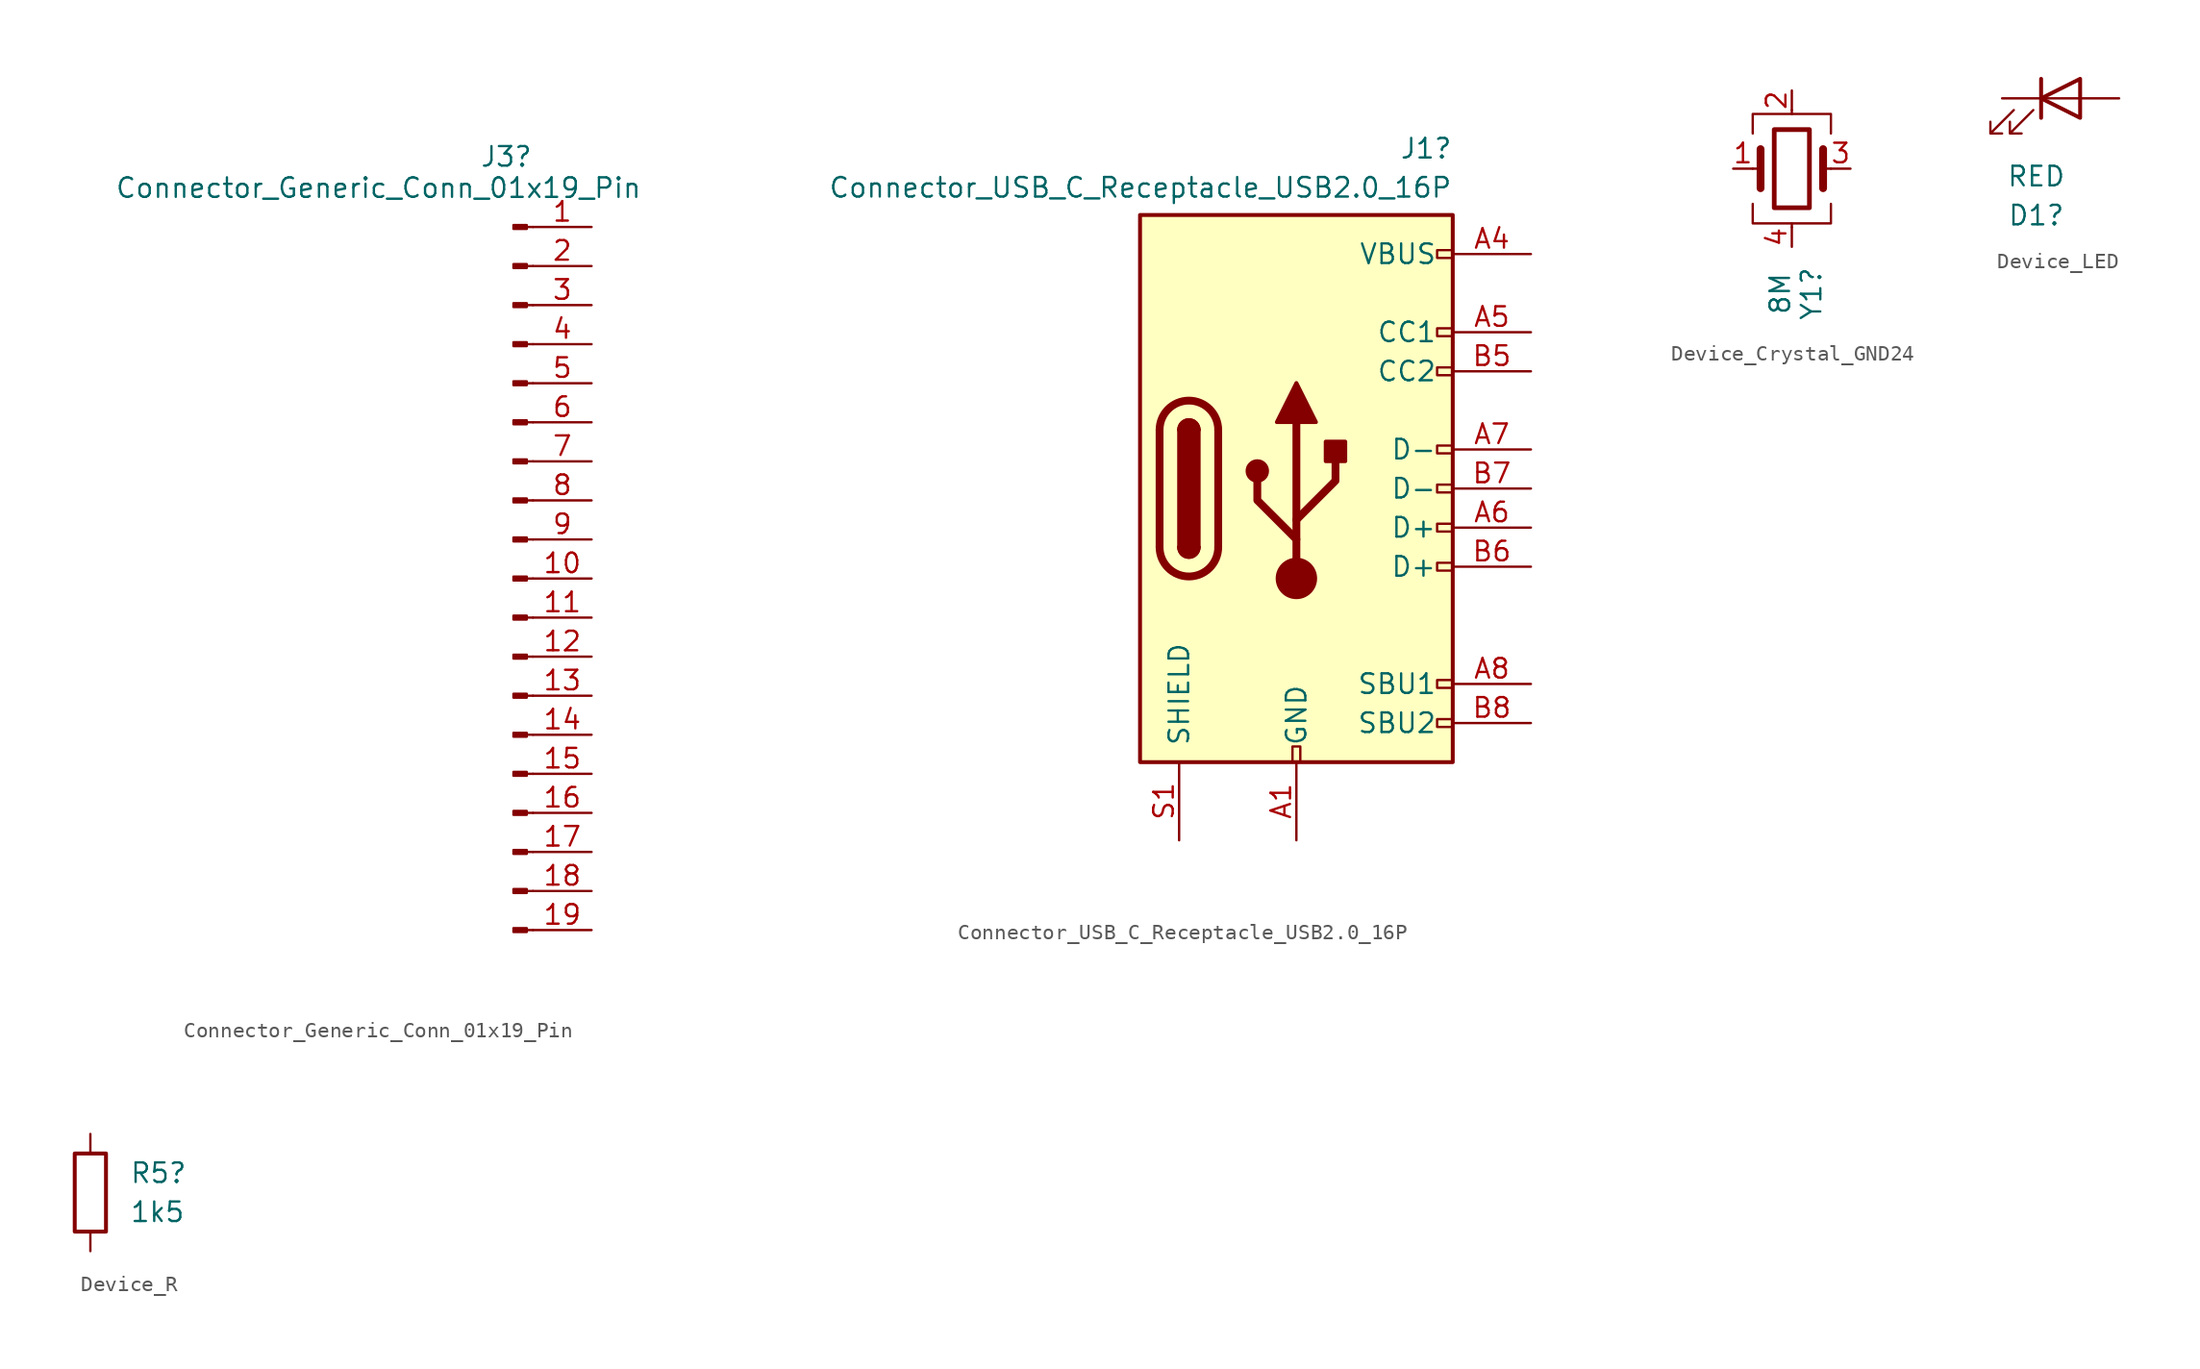
<source format=kicad_sym>
(kicad_symbol_lib
  (version 20241209)
  (generator "kicad_symbol_editor")
  (generator_version "9.0")
  (symbol "Connector_Generic_Conn_01x19_Pin"
    (pin_names
      (offset 1.016)
      (hide yes))
    (property "Reference" "J3"
      (at 1.27 27.432 0)
      (effects (font (size 1.27 1.27)) (justify right)))
    (property "Value" "Connector_Generic_Conn_01x19_Pin"
      (at 8.382 25.4 0)
      (effects (font (size 1.27 1.27)) (justify right)))
    (property "ki_locked" ""
      (at 0 0 0)
      (effects (font (size 1.27 1.27))))
    (symbol "Connector_Generic_Conn_01x19_Pin_1_1"
      (rectangle (start 0.864 22.987) (end 0 22.733) (stroke (width 0.152) (type default)) (fill (type outline)))
      (rectangle (start 0.864 20.447) (end 0 20.193) (stroke (width 0.152) (type default)) (fill (type outline)))
      (rectangle (start 0.864 17.907) (end 0 17.653) (stroke (width 0.152) (type default)) (fill (type outline)))
      (rectangle (start 0.864 15.367) (end 0 15.113) (stroke (width 0.152) (type default)) (fill (type outline)))
      (rectangle (start 0.864 12.827) (end 0 12.573) (stroke (width 0.152) (type default)) (fill (type outline)))
      (rectangle (start 0.864 10.287) (end 0 10.033) (stroke (width 0.152) (type default)) (fill (type outline)))
      (rectangle (start 0.864 7.747) (end 0 7.493) (stroke (width 0.152) (type default)) (fill (type outline)))
      (rectangle (start 0.864 5.207) (end 0 4.953) (stroke (width 0.152) (type default)) (fill (type outline)))
      (rectangle (start 0.864 2.667) (end 0 2.413) (stroke (width 0.152) (type default)) (fill (type outline)))
      (rectangle (start 0.864 0.127) (end 0 -0.127) (stroke (width 0.152) (type default)) (fill (type outline)))
      (rectangle (start 0.864 -2.413) (end 0 -2.667) (stroke (width 0.152) (type default)) (fill (type outline)))
      (rectangle (start 0.864 -4.953) (end 0 -5.207) (stroke (width 0.152) (type default)) (fill (type outline)))
      (rectangle (start 0.864 -7.493) (end 0 -7.747) (stroke (width 0.152) (type default)) (fill (type outline)))
      (rectangle (start 0.864 -10.033) (end 0 -10.287) (stroke (width 0.152) (type default)) (fill (type outline)))
      (rectangle (start 0.864 -12.573) (end 0 -12.827) (stroke (width 0.152) (type default)) (fill (type outline)))
      (rectangle (start 0.864 -15.113) (end 0 -15.367) (stroke (width 0.152) (type default)) (fill (type outline)))
      (rectangle (start 0.864 -17.653) (end 0 -17.907) (stroke (width 0.152) (type default)) (fill (type outline)))
      (rectangle (start 0.864 -20.193) (end 0 -20.447) (stroke (width 0.152) (type default)) (fill (type outline)))
      (rectangle (start 0.864 -22.733) (end 0 -22.987) (stroke (width 0.152) (type default)) (fill (type outline)))
      (polyline (pts (xy 1.27 22.86) (xy 0.864 22.86)) (stroke (width 0.152) (type default)) (fill (type none)))
      (polyline (pts (xy 1.27 20.32) (xy 0.864 20.32)) (stroke (width 0.152) (type default)) (fill (type none)))
      (polyline (pts (xy 1.27 17.78) (xy 0.864 17.78)) (stroke (width 0.152) (type default)) (fill (type none)))
      (polyline (pts (xy 1.27 15.24) (xy 0.864 15.24)) (stroke (width 0.152) (type default)) (fill (type none)))
      (polyline (pts (xy 1.27 12.7) (xy 0.864 12.7)) (stroke (width 0.152) (type default)) (fill (type none)))
      (polyline (pts (xy 1.27 10.16) (xy 0.864 10.16)) (stroke (width 0.152) (type default)) (fill (type none)))
      (polyline (pts (xy 1.27 7.62) (xy 0.864 7.62)) (stroke (width 0.152) (type default)) (fill (type none)))
      (polyline (pts (xy 1.27 5.08) (xy 0.864 5.08)) (stroke (width 0.152) (type default)) (fill (type none)))
      (polyline (pts (xy 1.27 2.54) (xy 0.864 2.54)) (stroke (width 0.152) (type default)) (fill (type none)))
      (polyline (pts (xy 1.27 0) (xy 0.864 0)) (stroke (width 0.152) (type default)) (fill (type none)))
      (polyline (pts (xy 1.27 -2.54) (xy 0.864 -2.54)) (stroke (width 0.152) (type default)) (fill (type none)))
      (polyline (pts (xy 1.27 -5.08) (xy 0.864 -5.08)) (stroke (width 0.152) (type default)) (fill (type none)))
      (polyline (pts (xy 1.27 -7.62) (xy 0.864 -7.62)) (stroke (width 0.152) (type default)) (fill (type none)))
      (polyline (pts (xy 1.27 -10.16) (xy 0.864 -10.16)) (stroke (width 0.152) (type default)) (fill (type none)))
      (polyline (pts (xy 1.27 -12.7) (xy 0.864 -12.7)) (stroke (width 0.152) (type default)) (fill (type none)))
      (polyline (pts (xy 1.27 -15.24) (xy 0.864 -15.24)) (stroke (width 0.152) (type default)) (fill (type none)))
      (polyline (pts (xy 1.27 -17.78) (xy 0.864 -17.78)) (stroke (width 0.152) (type default)) (fill (type none)))
      (polyline (pts (xy 1.27 -20.32) (xy 0.864 -20.32)) (stroke (width 0.152) (type default)) (fill (type none)))
      (polyline (pts (xy 1.27 -22.86) (xy 0.864 -22.86)) (stroke (width 0.152) (type default)) (fill (type none)))
      (pin passive line (at 5.08 22.86 180) (length 3.81) (name "Pin_1" (effects (font (size 1.27 1.27)))) (number "1" (effects (font (size 1.27 1.27)))))
      (pin passive line (at 5.08 20.32 180) (length 3.81) (name "Pin_2" (effects (font (size 1.27 1.27)))) (number "2" (effects (font (size 1.27 1.27)))))
      (pin passive line (at 5.08 17.78 180) (length 3.81) (name "Pin_3" (effects (font (size 1.27 1.27)))) (number "3" (effects (font (size 1.27 1.27)))))
      (pin passive line (at 5.08 15.24 180) (length 3.81) (name "Pin_4" (effects (font (size 1.27 1.27)))) (number "4" (effects (font (size 1.27 1.27)))))
      (pin passive line (at 5.08 12.7 180) (length 3.81) (name "Pin_5" (effects (font (size 1.27 1.27)))) (number "5" (effects (font (size 1.27 1.27)))))
      (pin passive line (at 5.08 10.16 180) (length 3.81) (name "Pin_6" (effects (font (size 1.27 1.27)))) (number "6" (effects (font (size 1.27 1.27)))))
      (pin passive line (at 5.08 7.62 180) (length 3.81) (name "Pin_7" (effects (font (size 1.27 1.27)))) (number "7" (effects (font (size 1.27 1.27)))))
      (pin passive line (at 5.08 5.08 180) (length 3.81) (name "Pin_8" (effects (font (size 1.27 1.27)))) (number "8" (effects (font (size 1.27 1.27)))))
      (pin passive line (at 5.08 2.54 180) (length 3.81) (name "Pin_9" (effects (font (size 1.27 1.27)))) (number "9" (effects (font (size 1.27 1.27)))))
      (pin passive line (at 5.08 0 180) (length 3.81) (name "Pin_10" (effects (font (size 1.27 1.27)))) (number "10" (effects (font (size 1.27 1.27)))))
      (pin passive line (at 5.08 -2.54 180) (length 3.81) (name "Pin_11" (effects (font (size 1.27 1.27)))) (number "11" (effects (font (size 1.27 1.27)))))
      (pin passive line (at 5.08 -5.08 180) (length 3.81) (name "Pin_12" (effects (font (size 1.27 1.27)))) (number "12" (effects (font (size 1.27 1.27)))))
      (pin passive line (at 5.08 -7.62 180) (length 3.81) (name "Pin_13" (effects (font (size 1.27 1.27)))) (number "13" (effects (font (size 1.27 1.27)))))
      (pin passive line (at 5.08 -10.16 180) (length 3.81) (name "Pin_14" (effects (font (size 1.27 1.27)))) (number "14" (effects (font (size 1.27 1.27)))))
      (pin passive line (at 5.08 -12.7 180) (length 3.81) (name "Pin_15" (effects (font (size 1.27 1.27)))) (number "15" (effects (font (size 1.27 1.27)))))
      (pin passive line (at 5.08 -15.24 180) (length 3.81) (name "Pin_16" (effects (font (size 1.27 1.27)))) (number "16" (effects (font (size 1.27 1.27)))))
      (pin passive line (at 5.08 -17.78 180) (length 3.81) (name "Pin_17" (effects (font (size 1.27 1.27)))) (number "17" (effects (font (size 1.27 1.27)))))
      (pin passive line (at 5.08 -20.32 180) (length 3.81) (name "Pin_18" (effects (font (size 1.27 1.27)))) (number "18" (effects (font (size 1.27 1.27)))))
      (pin passive line (at 5.08 -22.86 180) (length 3.81) (name "Pin_19" (effects (font (size 1.27 1.27)))) (number "19" (effects (font (size 1.27 1.27)))))))
  (symbol "Connector_USB_C_Receptacle_USB2.0_16P"
    (pin_names
      (offset 1.016))
    (property "Reference" "J1"
      (at 10.16 22.098 0)
      (effects (font (size 1.27 1.27)) (justify right)))
    (property "Value" "Connector_USB_C_Receptacle_USB2.0_16P"
      (at 10.16 19.558 0)
      (effects (font (size 1.27 1.27)) (justify right)))
    (symbol "Connector_USB_C_Receptacle_USB2.0_16P_0_0"
      (rectangle (start -0.254 -17.78) (end 0.254 -16.764) (stroke (width 0) (type default)) (fill (type none)))
      (rectangle (start 10.16 15.494) (end 9.144 14.986) (stroke (width 0) (type default)) (fill (type none)))
      (rectangle (start 10.16 10.414) (end 9.144 9.906) (stroke (width 0) (type default)) (fill (type none)))
      (rectangle (start 10.16 7.874) (end 9.144 7.366) (stroke (width 0) (type default)) (fill (type none)))
      (rectangle (start 10.16 2.794) (end 9.144 2.286) (stroke (width 0) (type default)) (fill (type none)))
      (rectangle (start 10.16 0.254) (end 9.144 -0.254) (stroke (width 0) (type default)) (fill (type none)))
      (rectangle (start 10.16 -2.286) (end 9.144 -2.794) (stroke (width 0) (type default)) (fill (type none)))
      (rectangle (start 10.16 -4.826) (end 9.144 -5.334) (stroke (width 0) (type default)) (fill (type none)))
      (rectangle (start 10.16 -12.446) (end 9.144 -12.954) (stroke (width 0) (type default)) (fill (type none)))
      (rectangle (start 10.16 -14.986) (end 9.144 -15.494) (stroke (width 0) (type default)) (fill (type none))))
    (symbol "Connector_USB_C_Receptacle_USB2.0_16P_0_1"
      (rectangle (start -10.16 17.78) (end 10.16 -17.78) (stroke (width 0.254) (type default)) (fill (type background)))
      (polyline (pts (xy -8.89 -3.81) (xy -8.89 3.81)) (stroke (width 0.508) (type default)) (fill (type none)))
      (rectangle (start -7.62 -3.81) (end -6.35 3.81) (stroke (width 0.254) (type default)) (fill (type outline)))
      (arc (start -7.62 3.81) (mid -6.985 4.4423) (end -6.35 3.81) (stroke (width 0.254) (type default)) (fill (type none)))
      (arc (start -7.62 3.81) (mid -6.985 4.4423) (end -6.35 3.81) (stroke (width 0.254) (type default)) (fill (type outline)))
      (arc (start -8.89 3.81) (mid -6.985 5.7067) (end -5.08 3.81) (stroke (width 0.508) (type default)) (fill (type none)))
      (arc (start -5.08 -3.81) (mid -6.985 -5.7067) (end -8.89 -3.81) (stroke (width 0.508) (type default)) (fill (type none)))
      (arc (start -6.35 -3.81) (mid -6.985 -4.4423) (end -7.62 -3.81) (stroke (width 0.254) (type default)) (fill (type none)))
      (arc (start -6.35 -3.81) (mid -6.985 -4.4423) (end -7.62 -3.81) (stroke (width 0.254) (type default)) (fill (type outline)))
      (polyline (pts (xy -5.08 3.81) (xy -5.08 -3.81)) (stroke (width 0.508) (type default)) (fill (type none)))
      (circle (center -2.54 1.143) (radius 0.635) (stroke (width 0.254) (type default)) (fill (type outline)))
      (polyline (pts (xy -1.27 4.318) (xy 0 6.858) (xy 1.27 4.318) (xy -1.27 4.318)) (stroke (width 0.254) (type default)) (fill (type outline)))
      (polyline (pts (xy 0 -2.032) (xy 2.54 0.508) (xy 2.54 1.778)) (stroke (width 0.508) (type default)) (fill (type none)))
      (polyline (pts (xy 0 -3.302) (xy -2.54 -0.762) (xy -2.54 0.508)) (stroke (width 0.508) (type default)) (fill (type none)))
      (polyline (pts (xy 0 -5.842) (xy 0 4.318)) (stroke (width 0.508) (type default)) (fill (type none)))
      (circle (center 0 -5.842) (radius 1.27) (stroke (width 0) (type default)) (fill (type outline)))
      (rectangle (start 1.905 1.778) (end 3.175 3.048) (stroke (width 0.254) (type default)) (fill (type outline))))
    (symbol "Connector_USB_C_Receptacle_USB2.0_16P_1_1"
      (pin passive line (at -7.62 -22.86 90) (length 5.08) (name "SHIELD" (effects (font (size 1.27 1.27)))) (number "S1" (effects (font (size 1.27 1.27)))))
      (pin passive line (at 0 -22.86 90) (length 5.08) (name "GND" (effects (font (size 1.27 1.27)))) (number "A1" (effects (font (size 1.27 1.27)))))
      (pin passive line (at 0 -22.86 90) (length 5.08) (hide yes) (name "GND" (effects (font (size 1.27 1.27)))) (number "A12" (effects (font (size 1.27 1.27)))))
      (pin passive line (at 0 -22.86 90) (length 5.08) (hide yes) (name "GND" (effects (font (size 1.27 1.27)))) (number "B1" (effects (font (size 1.27 1.27)))))
      (pin passive line (at 0 -22.86 90) (length 5.08) (hide yes) (name "GND" (effects (font (size 1.27 1.27)))) (number "B12" (effects (font (size 1.27 1.27)))))
      (pin passive line (at 15.24 15.24 180) (length 5.08) (name "VBUS" (effects (font (size 1.27 1.27)))) (number "A4" (effects (font (size 1.27 1.27)))))
      (pin passive line (at 15.24 15.24 180) (length 5.08) (hide yes) (name "VBUS" (effects (font (size 1.27 1.27)))) (number "A9" (effects (font (size 1.27 1.27)))))
      (pin passive line (at 15.24 15.24 180) (length 5.08) (hide yes) (name "VBUS" (effects (font (size 1.27 1.27)))) (number "B4" (effects (font (size 1.27 1.27)))))
      (pin passive line (at 15.24 15.24 180) (length 5.08) (hide yes) (name "VBUS" (effects (font (size 1.27 1.27)))) (number "B9" (effects (font (size 1.27 1.27)))))
      (pin bidirectional line (at 15.24 10.16 180) (length 5.08) (name "CC1" (effects (font (size 1.27 1.27)))) (number "A5" (effects (font (size 1.27 1.27)))))
      (pin bidirectional line (at 15.24 7.62 180) (length 5.08) (name "CC2" (effects (font (size 1.27 1.27)))) (number "B5" (effects (font (size 1.27 1.27)))))
      (pin bidirectional line (at 15.24 2.54 180) (length 5.08) (name "D-" (effects (font (size 1.27 1.27)))) (number "A7" (effects (font (size 1.27 1.27)))))
      (pin bidirectional line (at 15.24 0 180) (length 5.08) (name "D-" (effects (font (size 1.27 1.27)))) (number "B7" (effects (font (size 1.27 1.27)))))
      (pin bidirectional line (at 15.24 -2.54 180) (length 5.08) (name "D+" (effects (font (size 1.27 1.27)))) (number "A6" (effects (font (size 1.27 1.27)))))
      (pin bidirectional line (at 15.24 -5.08 180) (length 5.08) (name "D+" (effects (font (size 1.27 1.27)))) (number "B6" (effects (font (size 1.27 1.27)))))
      (pin bidirectional line (at 15.24 -12.7 180) (length 5.08) (name "SBU1" (effects (font (size 1.27 1.27)))) (number "A8" (effects (font (size 1.27 1.27)))))
      (pin bidirectional line (at 15.24 -15.24 180) (length 5.08) (name "SBU2" (effects (font (size 1.27 1.27)))) (number "B8" (effects (font (size 1.27 1.27)))))))
  (symbol "Device_Crystal_GND24"
    (pin_names
      (offset 1.016)
      (hide yes))
    (property "Reference" "Y1"
      (at 1.27 -8.128 90)
      (effects (font (size 1.27 1.27))))
    (property "Value" "8M"
      (at -0.762 -8.128 90)
      (effects (font (size 1.27 1.27))))
    (symbol "Device_Crystal_GND24_0_1"
      (polyline (pts (xy -2.54 2.286) (xy -2.54 3.556) (xy 2.54 3.556) (xy 2.54 2.286)) (stroke (width 0) (type default)) (fill (type none)))
      (polyline (pts (xy -2.54 0) (xy -2.032 0)) (stroke (width 0) (type default)) (fill (type none)))
      (polyline (pts (xy -2.54 -2.286) (xy -2.54 -3.556) (xy 2.54 -3.556) (xy 2.54 -2.286)) (stroke (width 0) (type default)) (fill (type none)))
      (polyline (pts (xy -2.032 -1.27) (xy -2.032 1.27)) (stroke (width 0.508) (type default)) (fill (type none)))
      (rectangle (start -1.143 2.54) (end 1.143 -2.54) (stroke (width 0.305) (type default)) (fill (type none)))
      (polyline (pts (xy 0 3.556) (xy 0 3.81)) (stroke (width 0) (type default)) (fill (type none)))
      (polyline (pts (xy 0 -3.81) (xy 0 -3.556)) (stroke (width 0) (type default)) (fill (type none)))
      (polyline (pts (xy 2.032 0) (xy 2.54 0)) (stroke (width 0) (type default)) (fill (type none)))
      (polyline (pts (xy 2.032 -1.27) (xy 2.032 1.27)) (stroke (width 0.508) (type default)) (fill (type none))))
    (symbol "Device_Crystal_GND24_1_1"
      (pin passive line (at -3.81 0 0) (length 1.27) (name "1" (effects (font (size 1.27 1.27)))) (number "1" (effects (font (size 1.27 1.27)))))
      (pin passive line (at 0 5.08 270) (length 1.27) (name "2" (effects (font (size 1.27 1.27)))) (number "2" (effects (font (size 1.27 1.27)))))
      (pin passive line (at 0 -5.08 90) (length 1.27) (name "4" (effects (font (size 1.27 1.27)))) (number "4" (effects (font (size 1.27 1.27)))))
      (pin passive line (at 3.81 0 180) (length 1.27) (name "3" (effects (font (size 1.27 1.27)))) (number "3" (effects (font (size 1.27 1.27)))))))
  (symbol "Device_LED"
    (pin_numbers
      (hide yes))
    (pin_names
      (offset 1.016)
      (hide yes))
    (property "Reference" "D1"
      (at -1.587 -7.62 0)
      (effects (font (size 1.27 1.27))))
    (property "Value" "RED"
      (at -1.587 -5.08 0)
      (effects (font (size 1.27 1.27))))
    (symbol "Device_LED_0_1"
      (polyline (pts (xy -3.048 -0.762) (xy -4.572 -2.286) (xy -3.81 -2.286) (xy -4.572 -2.286) (xy -4.572 -1.524)) (stroke (width 0) (type default)) (fill (type none)))
      (polyline (pts (xy -1.778 -0.762) (xy -3.302 -2.286) (xy -2.54 -2.286) (xy -3.302 -2.286) (xy -3.302 -1.524)) (stroke (width 0) (type default)) (fill (type none)))
      (polyline (pts (xy -1.27 0) (xy 1.27 0)) (stroke (width 0) (type default)) (fill (type none)))
      (polyline (pts (xy -1.27 -1.27) (xy -1.27 1.27)) (stroke (width 0.254) (type default)) (fill (type none)))
      (polyline (pts (xy 1.27 -1.27) (xy 1.27 1.27) (xy -1.27 0) (xy 1.27 -1.27)) (stroke (width 0.254) (type default)) (fill (type none))))
    (symbol "Device_LED_1_1"
      (pin passive line (at -3.81 0 0) (length 2.54) (name "K" (effects (font (size 1.27 1.27)))) (number "1" (effects (font (size 1.27 1.27)))))
      (pin passive line (at 3.81 0 180) (length 2.54) (name "A" (effects (font (size 1.27 1.27)))) (number "2" (effects (font (size 1.27 1.27)))))))
  (symbol "Device_R"
    (pin_numbers
      (hide yes))
    (pin_names
      (offset 0))
    (property "Reference" "R5"
      (at 2.54 1.27 0)
      (effects (font (size 1.27 1.27)) (justify left)))
    (property "Value" "1k5"
      (at 2.54 -1.27 0)
      (effects (font (size 1.27 1.27)) (justify left)))
    (symbol "Device_R_0_1"
      (rectangle (start -1.016 -2.54) (end 1.016 2.54) (stroke (width 0.254) (type default)) (fill (type none))))
    (symbol "Device_R_1_1"
      (pin passive line (at 0 3.81 270) (length 1.27) (name "~" (effects (font (size 1.27 1.27)))) (number "1" (effects (font (size 1.27 1.27)))))
      (pin passive line (at 0 -3.81 90) (length 1.27) (name "~" (effects (font (size 1.27 1.27)))) (number "2" (effects (font (size 1.27 1.27))))))))
</source>
